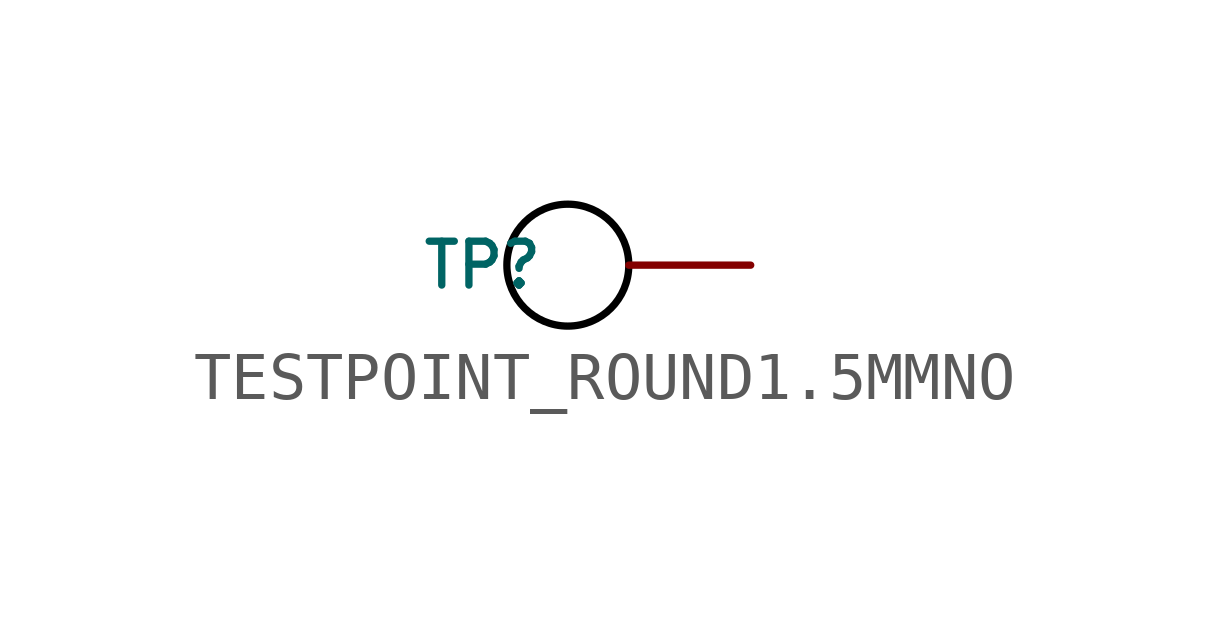
<source format=kicad_sym>
(kicad_symbol_lib
  (version 20241209)
  (generator "kicad_symbol_editor")
  (generator_version "9.0")
  (symbol "TESTPOINT_ROUND1.5MMNO"
    (pin_numbers
      (hide yes))
    (pin_names
      (hide yes))
    (property "Reference" "TP"
      (at -5.588 0 0)
      (effects (font (size 0.914 0.914))))
    (symbol "TESTPOINT_ROUND1.5MMNO_1_0"
      (circle (center -3.81 0) (radius 1.27) (stroke (width 0) (type solid) (color 0 0 0 1)) (fill (type none)))
      (pin passive line (at 0 0 180) (length 2.54) (name "1" (effects (font (size 1.27 1.27)))) (number "1" (effects (font (size 1.27 1.27))))))))
</source>
